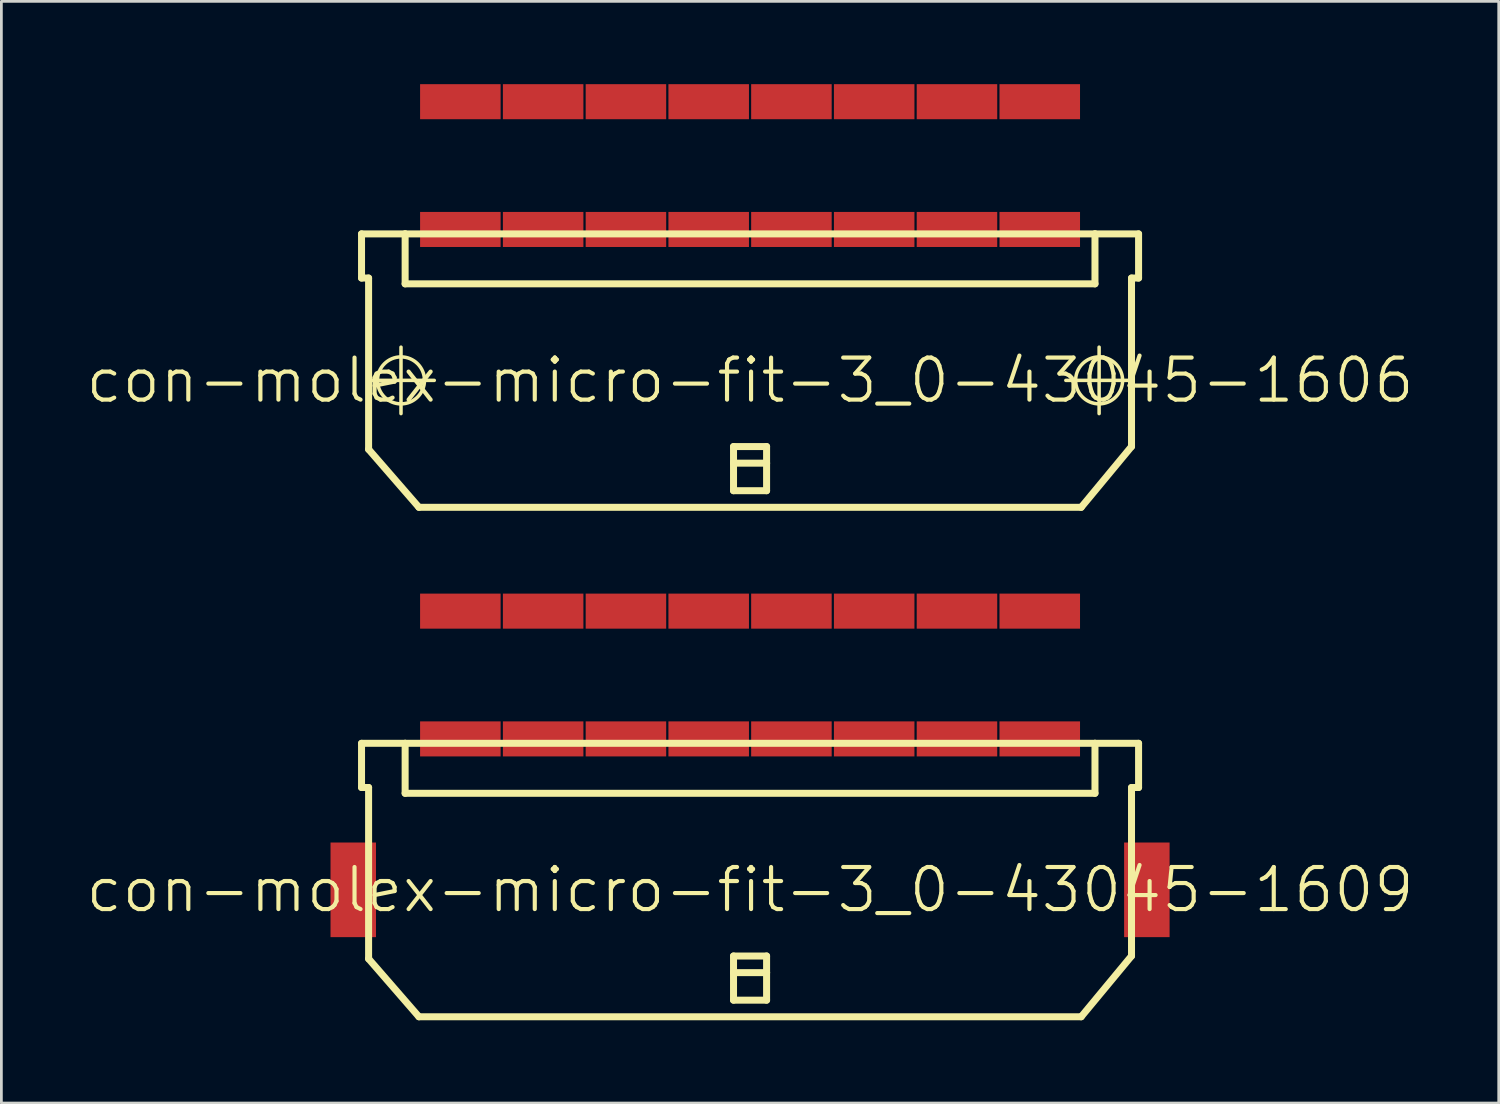
<source format=kicad_pcb>
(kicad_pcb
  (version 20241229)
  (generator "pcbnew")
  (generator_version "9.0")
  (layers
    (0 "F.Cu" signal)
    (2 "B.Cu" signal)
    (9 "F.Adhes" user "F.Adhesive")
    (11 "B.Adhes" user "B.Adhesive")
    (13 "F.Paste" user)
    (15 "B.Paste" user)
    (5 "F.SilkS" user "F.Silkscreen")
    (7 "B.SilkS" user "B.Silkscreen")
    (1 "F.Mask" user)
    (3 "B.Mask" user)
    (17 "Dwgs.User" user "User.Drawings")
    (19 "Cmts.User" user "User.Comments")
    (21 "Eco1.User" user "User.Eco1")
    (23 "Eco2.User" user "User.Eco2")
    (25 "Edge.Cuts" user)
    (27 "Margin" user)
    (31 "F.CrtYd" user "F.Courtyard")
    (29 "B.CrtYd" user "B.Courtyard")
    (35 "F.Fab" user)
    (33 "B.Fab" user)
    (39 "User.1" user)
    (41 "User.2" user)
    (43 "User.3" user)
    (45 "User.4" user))
  (footprint "con-molex-micro-fit-3_0-43045-1606"
    (layer "F.Cu")
    (at 24.13 10.734)
    (property "Reference" "con-molex-micro-fit-3_0-43045-1606" (at 0 0 0) (layer "F.SilkS") (effects (font (size 1.524 1.524) (thickness 0.15))))
    (attr smd)
    (fp_line (start -14.079 -5.309) (end -14.079 -3.708) (stroke (width 0.254) (type solid)) (layer "F.SilkS"))
    (fp_line (start -14.079 -3.708) (end -13.823 -3.708) (stroke (width 0.254) (type solid)) (layer "F.SilkS"))
    (fp_line (start -13.853 0) (end -11.443 0) (stroke (width 0.127) (type solid)) (layer "F.SilkS"))
    (fp_line (start -13.823 2.499) (end -13.823 -3.708) (stroke (width 0.254) (type solid)) (layer "F.SilkS"))
    (fp_line (start -13.823 2.499) (end -11.999 4.6) (stroke (width 0.254) (type solid)) (layer "F.SilkS"))
    (fp_line (start -12.649 1.204) (end -12.649 -1.204) (stroke (width 0.127) (type solid)) (layer "F.SilkS"))
    (fp_line (start -12.499 -5.309) (end -14.079 -5.309) (stroke (width 0.254) (type solid)) (layer "F.SilkS"))
    (fp_line (start -12.499 -5.309) (end -12.499 -3.498) (stroke (width 0.254) (type solid)) (layer "F.SilkS"))
    (fp_line (start -12.499 -5.309) (end 12.499 -5.309) (stroke (width 0.254) (type solid)) (layer "F.SilkS"))
    (fp_line (start -12.499 -3.498) (end 12.499 -3.498) (stroke (width 0.254) (type solid)) (layer "F.SilkS"))
    (fp_line (start -4.829 -5.309) (end -12.499 -5.309) (stroke (width 0.127) (type solid)) (layer "F.SilkS"))
    (fp_line (start -4.823 -5.309) (end -12.499 -5.309) (stroke (width 0.127) (type solid)) (layer "F.SilkS"))
    (fp_line (start -0.599 2.398) (end 0.599 2.398) (stroke (width 0.254) (type solid)) (layer "F.SilkS"))
    (fp_line (start -0.599 3) (end -0.599 2.398) (stroke (width 0.254) (type solid)) (layer "F.SilkS"))
    (fp_line (start -0.599 3) (end 0.599 3) (stroke (width 0.254) (type solid)) (layer "F.SilkS"))
    (fp_line (start -0.599 3.998) (end -0.599 3) (stroke (width 0.254) (type solid)) (layer "F.SilkS"))
    (fp_line (start 0.599 2.398) (end 0.599 3) (stroke (width 0.254) (type solid)) (layer "F.SilkS"))
    (fp_line (start 0.599 3) (end 0.599 3.998) (stroke (width 0.254) (type solid)) (layer "F.SilkS"))
    (fp_line (start 0.599 3.998) (end -0.599 3.998) (stroke (width 0.254) (type solid)) (layer "F.SilkS"))
    (fp_line (start 11.443 0) (end 13.853 0) (stroke (width 0.127) (type solid)) (layer "F.SilkS"))
    (fp_line (start 11.999 4.6) (end -11.999 4.6) (stroke (width 0.254) (type solid)) (layer "F.SilkS"))
    (fp_line (start 12.499 -5.309) (end 14.079 -5.309) (stroke (width 0.254) (type solid)) (layer "F.SilkS"))
    (fp_line (start 12.499 -3.498) (end 12.499 -5.309) (stroke (width 0.254) (type solid)) (layer "F.SilkS"))
    (fp_line (start 12.649 1.204) (end 12.649 -1.204) (stroke (width 0.127) (type solid)) (layer "F.SilkS"))
    (fp_line (start 13.823 -3.708) (end 13.823 2.398) (stroke (width 0.254) (type solid)) (layer "F.SilkS"))
    (fp_line (start 13.823 2.398) (end 11.999 4.6) (stroke (width 0.254) (type solid)) (layer "F.SilkS"))
    (fp_line (start 14.079 -5.309) (end 14.079 -3.708) (stroke (width 0.254) (type solid)) (layer "F.SilkS"))
    (fp_line (start 14.079 -3.708) (end 13.823 -3.708) (stroke (width 0.254) (type solid)) (layer "F.SilkS"))
    (fp_circle (center -12.649 0) (end -13.251 0.602) (stroke (width 0.127) (type solid)) (fill no) (layer "F.SilkS"))
    (fp_circle (center 12.649 0) (end 13.251 0.602) (stroke (width 0.127) (type solid)) (fill no) (layer "F.SilkS"))
    (pad "P$1" smd rect (at 10.498 -5.469) (size 2.918 1.27) (layers "F.Cu" "F.Mask" "F.Paste"))
    (pad "P$2" smd rect (at 7.498 -5.469) (size 2.918 1.27) (layers "F.Cu" "F.Mask" "F.Paste"))
    (pad "P$3" smd rect (at 4.498 -5.469) (size 2.918 1.27) (layers "F.Cu" "F.Mask" "F.Paste"))
    (pad "P$4" smd rect (at 1.499 -5.469) (size 2.918 1.27) (layers "F.Cu" "F.Mask" "F.Paste"))
    (pad "P$5" smd rect (at -1.499 -5.469) (size 2.918 1.27) (layers "F.Cu" "F.Mask" "F.Paste"))
    (pad "P$6" smd rect (at -4.498 -5.469) (size 2.918 1.27) (layers "F.Cu" "F.Mask" "F.Paste"))
    (pad "P$7" smd rect (at -7.498 -5.469) (size 2.918 1.27) (layers "F.Cu" "F.Mask" "F.Paste"))
    (pad "P$8" smd rect (at -10.498 -5.469) (size 2.918 1.27) (layers "F.Cu" "F.Mask" "F.Paste"))
    (pad "P$9" smd rect (at 10.498 -10.099) (size 2.918 1.27) (layers "F.Cu" "F.Mask" "F.Paste"))
    (pad "P$10" smd rect (at 7.498 -10.099) (size 2.918 1.27) (layers "F.Cu" "F.Mask" "F.Paste"))
    (pad "P$11" smd rect (at 4.498 -10.099) (size 2.918 1.27) (layers "F.Cu" "F.Mask" "F.Paste"))
    (pad "P$12" smd rect (at 1.499 -10.099) (size 2.918 1.27) (layers "F.Cu" "F.Mask" "F.Paste"))
    (pad "P$13" smd rect (at -1.499 -10.099) (size 2.918 1.27) (layers "F.Cu" "F.Mask" "F.Paste"))
    (pad "P$14" smd rect (at -4.498 -10.099) (size 2.918 1.27) (layers "F.Cu" "F.Mask" "F.Paste"))
    (pad "P$15" smd rect (at -7.498 -10.099) (size 2.918 1.27) (layers "F.Cu" "F.Mask" "F.Paste"))
    (pad "P$16" smd rect (at -10.498 -10.099) (size 2.918 1.27) (layers "F.Cu" "F.Mask" "F.Paste")))
  (footprint "con-molex-micro-fit-3_0-43045-1609"
    (layer "F.Cu")
    (at 24.13 29.195)
    (property "Reference" "con-molex-micro-fit-3_0-43045-1609" (at 0 0 0) (layer "F.SilkS") (effects (font (size 1.524 1.524) (thickness 0.15))))
    (attr smd)
    (fp_line (start -14.079 -5.309) (end -14.079 -3.708) (stroke (width 0.254) (type solid)) (layer "F.SilkS"))
    (fp_line (start -14.079 -3.708) (end -13.823 -3.708) (stroke (width 0.254) (type solid)) (layer "F.SilkS"))
    (fp_line (start -13.823 2.499) (end -13.823 -3.708) (stroke (width 0.254) (type solid)) (layer "F.SilkS"))
    (fp_line (start -13.823 2.499) (end -11.999 4.6) (stroke (width 0.254) (type solid)) (layer "F.SilkS"))
    (fp_line (start -12.499 -5.309) (end -14.079 -5.309) (stroke (width 0.254) (type solid)) (layer "F.SilkS"))
    (fp_line (start -12.499 -5.309) (end -12.499 -3.498) (stroke (width 0.254) (type solid)) (layer "F.SilkS"))
    (fp_line (start -12.499 -5.309) (end 12.499 -5.309) (stroke (width 0.254) (type solid)) (layer "F.SilkS"))
    (fp_line (start -12.499 -3.498) (end 12.499 -3.498) (stroke (width 0.254) (type solid)) (layer "F.SilkS"))
    (fp_line (start -4.829 -5.309) (end -12.499 -5.309) (stroke (width 0.127) (type solid)) (layer "F.SilkS"))
    (fp_line (start -4.823 -5.309) (end -12.499 -5.309) (stroke (width 0.127) (type solid)) (layer "F.SilkS"))
    (fp_line (start -0.599 2.398) (end 0.599 2.398) (stroke (width 0.254) (type solid)) (layer "F.SilkS"))
    (fp_line (start -0.599 3) (end -0.599 2.398) (stroke (width 0.254) (type solid)) (layer "F.SilkS"))
    (fp_line (start -0.599 3) (end 0.599 3) (stroke (width 0.254) (type solid)) (layer "F.SilkS"))
    (fp_line (start -0.599 3.998) (end -0.599 3) (stroke (width 0.254) (type solid)) (layer "F.SilkS"))
    (fp_line (start 0.599 2.398) (end 0.599 3) (stroke (width 0.254) (type solid)) (layer "F.SilkS"))
    (fp_line (start 0.599 3) (end 0.599 3.998) (stroke (width 0.254) (type solid)) (layer "F.SilkS"))
    (fp_line (start 0.599 3.998) (end -0.599 3.998) (stroke (width 0.254) (type solid)) (layer "F.SilkS"))
    (fp_line (start 11.999 4.6) (end -11.999 4.6) (stroke (width 0.254) (type solid)) (layer "F.SilkS"))
    (fp_line (start 12.499 -5.309) (end 14.079 -5.309) (stroke (width 0.254) (type solid)) (layer "F.SilkS"))
    (fp_line (start 12.499 -3.498) (end 12.499 -5.309) (stroke (width 0.254) (type solid)) (layer "F.SilkS"))
    (fp_line (start 13.823 -3.708) (end 13.823 2.398) (stroke (width 0.254) (type solid)) (layer "F.SilkS"))
    (fp_line (start 13.823 2.398) (end 11.999 4.6) (stroke (width 0.254) (type solid)) (layer "F.SilkS"))
    (fp_line (start 14.079 -5.309) (end 14.079 -3.708) (stroke (width 0.254) (type solid)) (layer "F.SilkS"))
    (fp_line (start 14.079 -3.708) (end 13.823 -3.708) (stroke (width 0.254) (type solid)) (layer "F.SilkS"))
    (pad "P$1" smd rect (at 10.498 -5.469) (size 2.918 1.27) (layers "F.Cu" "F.Mask" "F.Paste"))
    (pad "P$2" smd rect (at 7.498 -5.469) (size 2.918 1.27) (layers "F.Cu" "F.Mask" "F.Paste"))
    (pad "P$3" smd rect (at 4.498 -5.469) (size 2.918 1.27) (layers "F.Cu" "F.Mask" "F.Paste"))
    (pad "P$4" smd rect (at 1.499 -5.469) (size 2.918 1.27) (layers "F.Cu" "F.Mask" "F.Paste"))
    (pad "P$5" smd rect (at -1.499 -5.469) (size 2.918 1.27) (layers "F.Cu" "F.Mask" "F.Paste"))
    (pad "P$6" smd rect (at -4.498 -5.469) (size 2.918 1.27) (layers "F.Cu" "F.Mask" "F.Paste"))
    (pad "P$7" smd rect (at -7.498 -5.469) (size 2.918 1.27) (layers "F.Cu" "F.Mask" "F.Paste"))
    (pad "P$8" smd rect (at -10.498 -5.469) (size 2.918 1.27) (layers "F.Cu" "F.Mask" "F.Paste"))
    (pad "P$9" smd rect (at 10.498 -10.099) (size 2.918 1.27) (layers "F.Cu" "F.Mask" "F.Paste"))
    (pad "P$10" smd rect (at 7.498 -10.099) (size 2.918 1.27) (layers "F.Cu" "F.Mask" "F.Paste"))
    (pad "P$11" smd rect (at 4.498 -10.099) (size 2.918 1.27) (layers "F.Cu" "F.Mask" "F.Paste"))
    (pad "P$12" smd rect (at 1.499 -10.099) (size 2.918 1.27) (layers "F.Cu" "F.Mask" "F.Paste"))
    (pad "P$13" smd rect (at -1.499 -10.099) (size 2.918 1.27) (layers "F.Cu" "F.Mask" "F.Paste"))
    (pad "P$14" smd rect (at -4.498 -10.099) (size 2.918 1.27) (layers "F.Cu" "F.Mask" "F.Paste"))
    (pad "P$15" smd rect (at -7.498 -10.099) (size 2.918 1.27) (layers "F.Cu" "F.Mask" "F.Paste"))
    (pad "P$16" smd rect (at -10.498 -10.099) (size 2.918 1.27) (layers "F.Cu" "F.Mask" "F.Paste"))
    (pad "TAB1" smd rect (at -14.379 0) (size 1.648 3.429) (layers "F.Cu" "F.Mask" "F.Paste"))
    (pad "TAB2" smd rect (at 14.379 0) (size 1.648 3.429) (layers "F.Cu" "F.Mask" "F.Paste")))
  (gr_rect
    (start -3 -3)
    (end 51.26 36.922)
    (stroke (width 0.1) (type default))
    (fill no)
    (layer "Edge.Cuts")))
</source>
